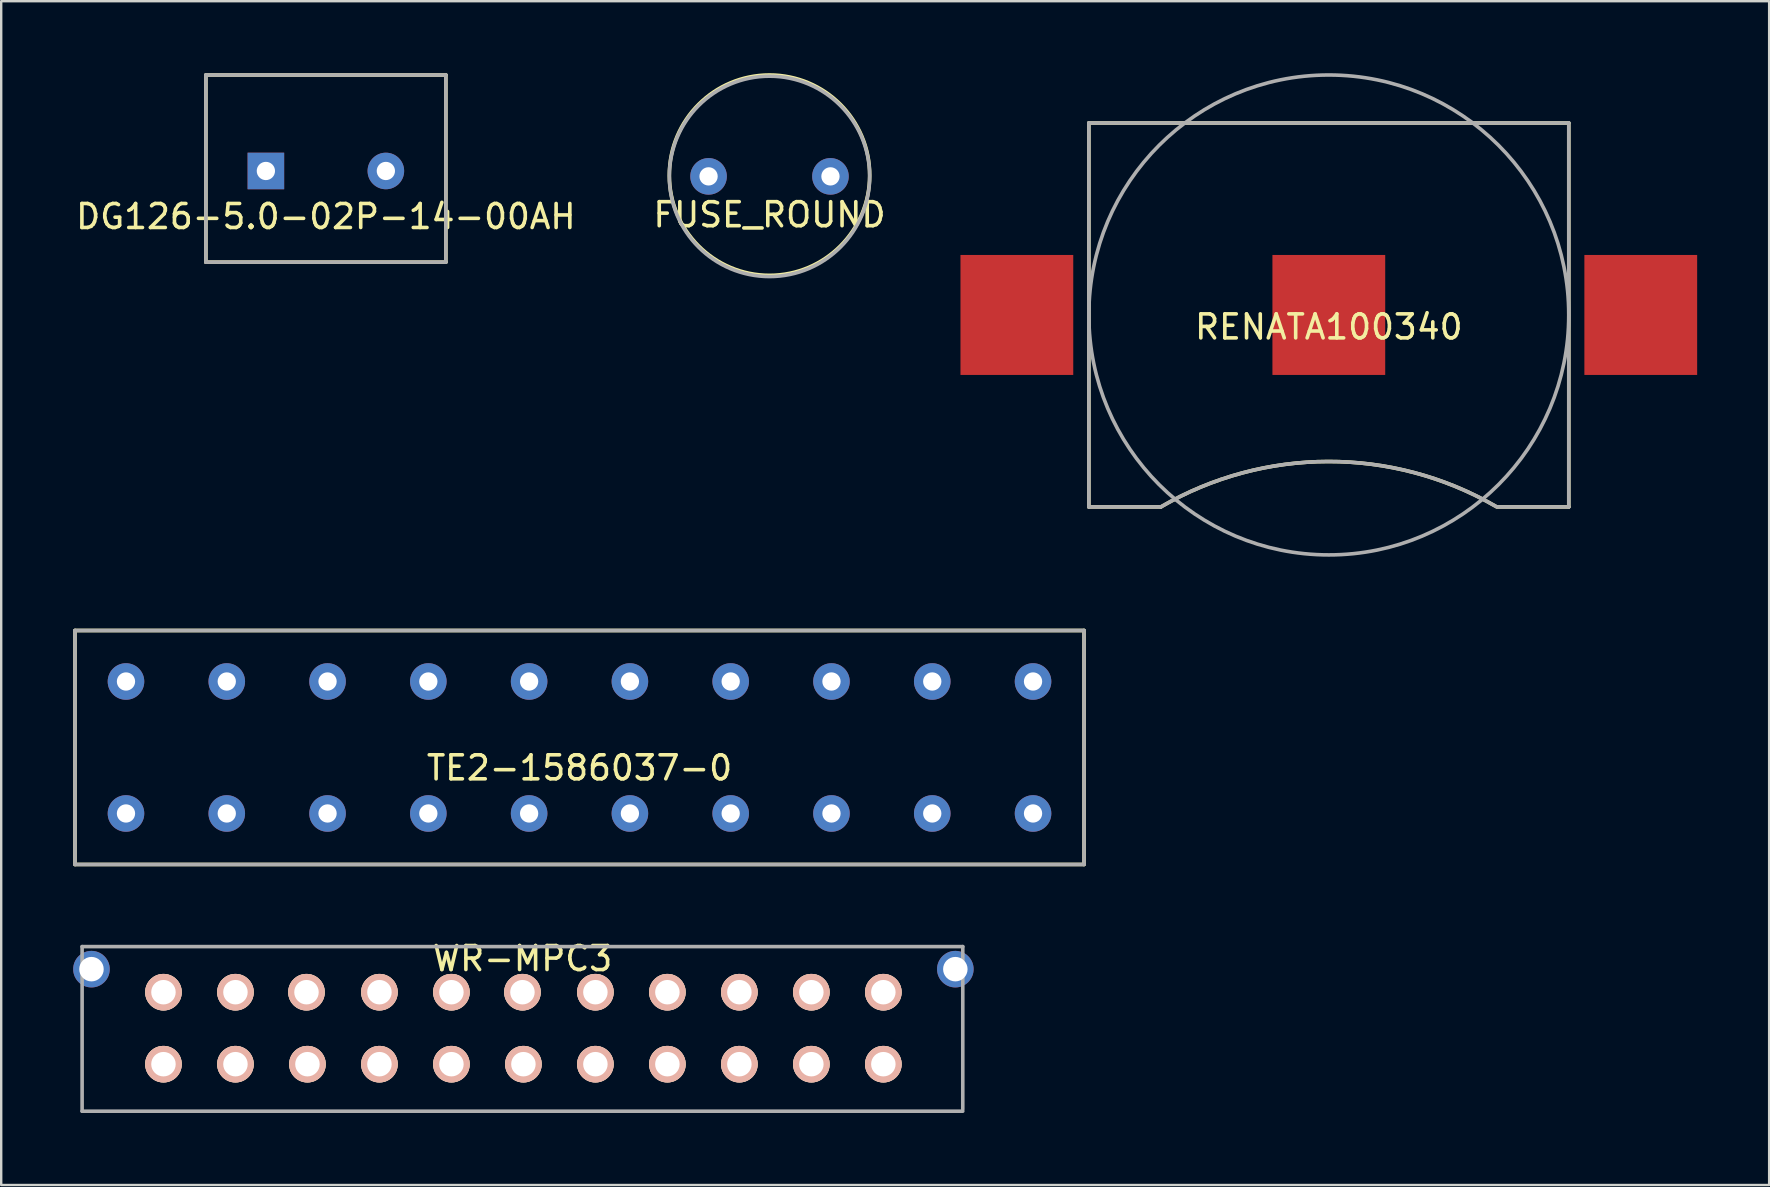
<source format=kicad_pcb>
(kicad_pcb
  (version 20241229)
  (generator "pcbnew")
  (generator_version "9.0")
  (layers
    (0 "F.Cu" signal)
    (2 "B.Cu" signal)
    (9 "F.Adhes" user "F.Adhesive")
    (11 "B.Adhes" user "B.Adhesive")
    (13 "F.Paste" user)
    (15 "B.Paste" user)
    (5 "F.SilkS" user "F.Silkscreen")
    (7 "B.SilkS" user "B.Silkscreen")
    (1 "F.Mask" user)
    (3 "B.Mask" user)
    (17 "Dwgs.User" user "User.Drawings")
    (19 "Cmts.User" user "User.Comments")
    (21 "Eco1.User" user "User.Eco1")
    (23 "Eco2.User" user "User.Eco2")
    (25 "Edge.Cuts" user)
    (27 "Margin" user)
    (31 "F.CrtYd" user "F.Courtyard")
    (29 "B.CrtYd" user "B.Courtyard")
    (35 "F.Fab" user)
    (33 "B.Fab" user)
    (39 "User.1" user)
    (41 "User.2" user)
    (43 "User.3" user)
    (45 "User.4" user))
  (footprint "DG126-5.0-02P-14-00AH"
    (layer "F.Cu")
    (at 15.53 7.875)
    (property "Reference" "DG126-5.0-02P-14-00AH" (at -5 -1.9 0) (layer "F.SilkS") (effects (font (size 1 1) (thickness 0.15))))
    (attr through_hole)
    (fp_line (start -10 -7.8) (end 0 -7.8) (stroke (width 0.15) (type solid)) (layer "F.SilkS"))
    (fp_line (start -10 0) (end -10 -7.8) (stroke (width 0.15) (type solid)) (layer "F.SilkS"))
    (fp_line (start 0 -7.8) (end 0 0) (stroke (width 0.15) (type solid)) (layer "F.SilkS"))
    (fp_line (start 0 0) (end -10 0) (stroke (width 0.15) (type solid)) (layer "F.SilkS"))
    (fp_line (start -10 -7.8) (end 0 -7.8) (stroke (width 0.15) (type solid)) (layer "F.Fab"))
    (fp_line (start -10 0) (end -10 -7.8) (stroke (width 0.15) (type solid)) (layer "F.Fab"))
    (fp_line (start 0 -7.8) (end 0 0) (stroke (width 0.15) (type solid)) (layer "F.Fab"))
    (fp_line (start 0 0) (end -10 0) (stroke (width 0.15) (type solid)) (layer "F.Fab"))
    (pad "1" thru_hole rect (at -7.5 -3.8) (size 1.524 1.524) (drill 0.762) (layers "*.Cu" "*.Mask"))
    (pad "2" thru_hole circle (at -2.5 -3.8) (size 1.524 1.524) (drill 0.762) (layers "*.Cu" "*.Mask")))
  (footprint "TE2-1586037-0"
    (layer "F.Cu")
    (at 40 25.35)
    (property "Reference" "TE2-1586037-0" (at -18.9 3.6 0) (layer "F.SilkS") (effects (font (size 1 1) (thickness 0.15))))
    (attr through_hole)
    (fp_line (start -39.925 -2.125) (end 2.125 -2.125) (stroke (width 0.15) (type solid)) (layer "F.SilkS"))
    (fp_line (start -39.925 7.625) (end -39.925 -2.125) (stroke (width 0.15) (type solid)) (layer "F.SilkS"))
    (fp_line (start 2.125 -2.125) (end 2.125 7.625) (stroke (width 0.15) (type solid)) (layer "F.SilkS"))
    (fp_line (start 2.125 7.625) (end -39.925 7.625) (stroke (width 0.15) (type solid)) (layer "F.SilkS"))
    (fp_line (start -39.925 -2.125) (end 2.125 -2.125) (stroke (width 0.15) (type solid)) (layer "F.Fab"))
    (fp_line (start -39.925 7.625) (end -39.925 -2.125) (stroke (width 0.15) (type solid)) (layer "F.Fab"))
    (fp_line (start 2.125 -2.125) (end 2.125 7.625) (stroke (width 0.15) (type solid)) (layer "F.Fab"))
    (fp_line (start 2.125 7.625) (end -39.925 7.625) (stroke (width 0.15) (type solid)) (layer "F.Fab"))
    (pad "1" thru_hole circle (at 0 0) (size 1.524 1.524) (drill 0.762) (layers "*.Cu" "*.Mask"))
    (pad "2" thru_hole circle (at 0 5.5) (size 1.524 1.524) (drill 0.762) (layers "*.Cu" "*.Mask"))
    (pad "3" thru_hole circle (at -4.2 0) (size 1.524 1.524) (drill 0.762) (layers "*.Cu" "*.Mask"))
    (pad "4" thru_hole circle (at -4.2 5.5) (size 1.524 1.524) (drill 0.762) (layers "*.Cu" "*.Mask"))
    (pad "5" thru_hole circle (at -8.4 0) (size 1.524 1.524) (drill 0.762) (layers "*.Cu" "*.Mask"))
    (pad "6" thru_hole circle (at -8.4 5.5) (size 1.524 1.524) (drill 0.762) (layers "*.Cu" "*.Mask"))
    (pad "7" thru_hole circle (at -12.6 0) (size 1.524 1.524) (drill 0.762) (layers "*.Cu" "*.Mask"))
    (pad "8" thru_hole circle (at -12.6 5.5) (size 1.524 1.524) (drill 0.762) (layers "*.Cu" "*.Mask"))
    (pad "9" thru_hole circle (at -16.8 0) (size 1.524 1.524) (drill 0.762) (layers "*.Cu" "*.Mask"))
    (pad "10" thru_hole circle (at -16.8 5.5) (size 1.524 1.524) (drill 0.762) (layers "*.Cu" "*.Mask"))
    (pad "11" thru_hole circle (at -21 0) (size 1.524 1.524) (drill 0.762) (layers "*.Cu" "*.Mask"))
    (pad "12" thru_hole circle (at -21 5.5) (size 1.524 1.524) (drill 0.762) (layers "*.Cu" "*.Mask"))
    (pad "13" thru_hole circle (at -25.2 0) (size 1.524 1.524) (drill 0.762) (layers "*.Cu" "*.Mask"))
    (pad "14" thru_hole circle (at -25.2 5.5) (size 1.524 1.524) (drill 0.762) (layers "*.Cu" "*.Mask"))
    (pad "15" thru_hole circle (at -29.4 0) (size 1.524 1.524) (drill 0.762) (layers "*.Cu" "*.Mask"))
    (pad "16" thru_hole circle (at -29.4 5.5) (size 1.524 1.524) (drill 0.762) (layers "*.Cu" "*.Mask"))
    (pad "17" thru_hole circle (at -33.6 0) (size 1.524 1.524) (drill 0.762) (layers "*.Cu" "*.Mask"))
    (pad "18" thru_hole circle (at -33.6 5.5) (size 1.524 1.524) (drill 0.762) (layers "*.Cu" "*.Mask"))
    (pad "19" thru_hole circle (at -37.8 0) (size 1.524 1.524) (drill 0.762) (layers "*.Cu" "*.Mask"))
    (pad "20" thru_hole circle (at -37.8 5.5) (size 1.524 1.524) (drill 0.762) (layers "*.Cu" "*.Mask")))
  (footprint "WR-MPC3"
    (layer "F.Cu")
    (at 18.722 38.298)
    (property "Reference" "WR-MPC3" (at 0 -1.4 0) (layer "F.SilkS") (effects (font (size 1 1) (thickness 0.15))))
    (attr through_hole)
    (fp_line (start -18.35 -1.9) (end 18.35 -1.9) (stroke (width 0.15) (type solid)) (layer "F.Fab"))
    (fp_line (start -18.35 4.96) (end -18.35 -1.9) (stroke (width 0.15) (type solid)) (layer "F.Fab"))
    (fp_line (start 18.35 -1.9) (end 18.35 4.88) (stroke (width 0.15) (type solid)) (layer "F.Fab"))
    (fp_line (start 18.35 4.96) (end -18.35 4.96) (stroke (width 0.15) (type solid)) (layer "F.Fab"))
    (pad "" thru_hole circle (at -17.96 -0.96) (size 1.524 1.524) (drill 1.02) (layers "*.Cu"))
    (pad "" thru_hole circle (at 18.04 -0.96) (size 1.524 1.524) (drill 1.02) (layers "*.Cu"))
    (pad "1" thru_hole circle (at 15.04 0) (size 1.524 1.524) (drill 1.02) (layers "*.Cu" "*.SilkS"))
    (pad "2" thru_hole circle (at 15.04 3) (size 1.524 1.524) (drill 1.02) (layers "*.Cu" "*.SilkS"))
    (pad "3" thru_hole circle (at 12.04 0) (size 1.524 1.524) (drill 1.02) (layers "*.Cu" "*.SilkS"))
    (pad "4" thru_hole circle (at 12.04 3) (size 1.524 1.524) (drill 1.02) (layers "*.Cu" "*.SilkS"))
    (pad "5" thru_hole circle (at 9.04 0) (size 1.524 1.524) (drill 1.02) (layers "*.Cu" "*.SilkS"))
    (pad "6" thru_hole circle (at 9.04 3) (size 1.524 1.524) (drill 1.02) (layers "*.Cu" "*.SilkS"))
    (pad "7" thru_hole circle (at 6.04 0) (size 1.524 1.524) (drill 1.02) (layers "*.Cu" "*.SilkS"))
    (pad "8" thru_hole circle (at 6.04 3) (size 1.524 1.524) (drill 1.02) (layers "*.Cu" "*.SilkS"))
    (pad "9" thru_hole circle (at 3.04 0) (size 1.524 1.524) (drill 1.02) (layers "*.Cu" "*.SilkS"))
    (pad "10" thru_hole circle (at 3.04 3) (size 1.524 1.524) (drill 1.02) (layers "*.Cu" "*.SilkS"))
    (pad "11" thru_hole circle (at 0 0) (size 1.524 1.524) (drill 1.02) (layers "*.Cu" "*.SilkS"))
    (pad "12" thru_hole circle (at 0.04 3) (size 1.524 1.524) (drill 1.02) (layers "*.Cu" "*.SilkS"))
    (pad "13" thru_hole circle (at -2.96 0) (size 1.524 1.524) (drill 1.02) (layers "*.Cu" "*.SilkS"))
    (pad "14" thru_hole circle (at -2.96 3) (size 1.524 1.524) (drill 1.02) (layers "*.Cu" "*.SilkS"))
    (pad "15" thru_hole circle (at -5.96 0) (size 1.524 1.524) (drill 1.02) (layers "*.Cu" "*.SilkS"))
    (pad "16" thru_hole circle (at -5.96 3) (size 1.524 1.524) (drill 1.02) (layers "*.Cu" "*.SilkS"))
    (pad "17" thru_hole circle (at -9 0) (size 1.524 1.524) (drill 1.02) (layers "*.Cu" "*.SilkS"))
    (pad "18" thru_hole circle (at -8.96 3) (size 1.524 1.524) (drill 1.02) (layers "*.Cu" "*.SilkS"))
    (pad "19" thru_hole circle (at -11.96 0) (size 1.524 1.524) (drill 1.02) (layers "*.Cu" "*.SilkS"))
    (pad "20" thru_hole circle (at -11.96 3) (size 1.524 1.524) (drill 1.02) (layers "*.Cu" "*.SilkS"))
    (pad "21" thru_hole circle (at -14.96 0) (size 1.524 1.524) (drill 1.02) (layers "*.Cu" "*.SilkS"))
    (pad "22" thru_hole circle (at -14.96 3) (size 1.524 1.524) (drill 1.02) (layers "*.Cu" "*.SilkS")))
  (footprint "FUSE_ROUND"
    (layer "F.Cu")
    (at 29.018 4.3)
    (property "Reference" "FUSE_ROUND" (at 0 1.6 0) (layer "F.SilkS") (effects (font (size 1 1) (thickness 0.15))))
    (attr through_hole)
    (fp_circle (center 0 -0.05) (end 4.175 -0.05) (stroke (width 0.15) (type solid)) (fill no) (layer "F.SilkS"))
    (fp_circle (center 0 0) (end 4.175 0) (stroke (width 0.15) (type solid)) (fill no) (layer "F.Fab"))
    (pad "1" thru_hole circle (at -2.54 0) (size 1.524 1.524) (drill 0.762) (layers "*.Cu" "*.Mask"))
    (pad "2" thru_hole circle (at 2.54 0) (size 1.524 1.524) (drill 0.762) (layers "*.Cu" "*.Mask")))
  (footprint "RENATA100340"
    (layer "F.Cu")
    (at 52.326 10.075)
    (property "Reference" "RENATA100340" (at 0 0.5 0) (layer "F.SilkS") (effects (font (size 1 1) (thickness 0.15))))
    (attr through_hole)
    (fp_line (start -10 -8) (end -10 8) (stroke (width 0.15) (type solid)) (layer "F.SilkS"))
    (fp_line (start -10 8) (end -7 8) (stroke (width 0.15) (type solid)) (layer "F.SilkS"))
    (fp_line (start 10 -8) (end -10 -8) (stroke (width 0.15) (type solid)) (layer "F.SilkS"))
    (fp_line (start 10 8) (end 7 8) (stroke (width 0.15) (type solid)) (layer "F.SilkS"))
    (fp_line (start 10 8) (end 10 -8) (stroke (width 0.15) (type solid)) (layer "F.SilkS"))
    (fp_arc (start -7 8) (mid -0.025808 6.10758) (end 6.955367 7.974075) (stroke (width 0.15) (type solid)) (layer "F.SilkS"))
    (fp_line (start -10 -8) (end -10 8) (stroke (width 0.15) (type solid)) (layer "F.Fab"))
    (fp_line (start -10 8) (end -7 8) (stroke (width 0.15) (type solid)) (layer "F.Fab"))
    (fp_line (start 10 -8) (end -10 -8) (stroke (width 0.15) (type solid)) (layer "F.Fab"))
    (fp_line (start 10 8) (end 7 8) (stroke (width 0.15) (type solid)) (layer "F.Fab"))
    (fp_line (start 10 8) (end 10 -8) (stroke (width 0.15) (type solid)) (layer "F.Fab"))
    (fp_arc (start -7 8) (mid -0.025808 6.10758) (end 6.955367 7.974075) (stroke (width 0.15) (type solid)) (layer "F.Fab"))
    (fp_circle (center 0 0) (end 10 0) (stroke (width 0.15) (type solid)) (fill no) (layer "F.Fab"))
    (pad "1" smd rect (at -13 0) (size 4.7 5) (layers "F.Cu" "F.Mask" "F.Paste"))
    (pad "1" smd rect (at 13 0) (size 4.7 5) (layers "F.Cu" "F.Mask" "F.Paste"))
    (pad "2" smd rect (at 0 0) (size 4.7 5) (layers "F.Cu" "F.Mask" "F.Paste")))
  (gr_rect
    (start -3 -3)
    (end 70.676 46.333)
    (stroke (width 0.1) (type default))
    (fill no)
    (layer "Edge.Cuts")))
</source>
